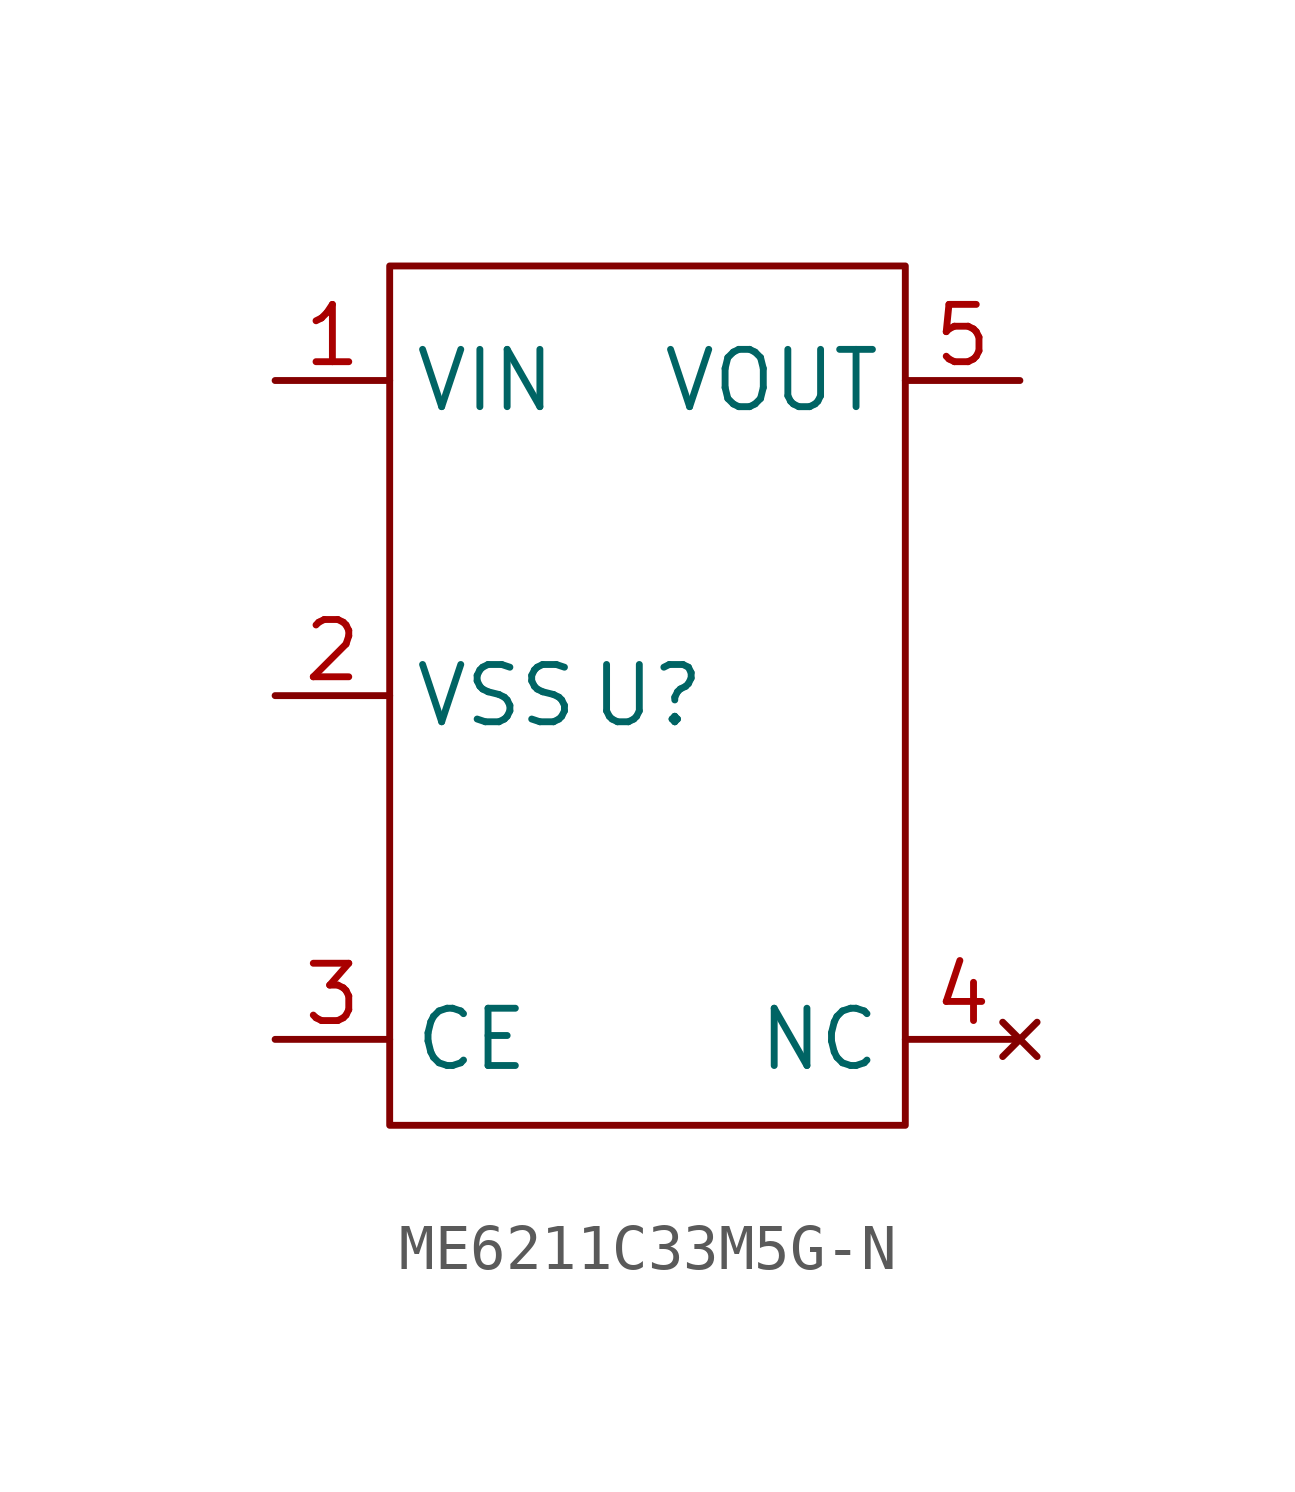
<source format=kicad_sym>
(kicad_symbol_lib
  (version 20220914)
  (generator kicad_symbol_editor)
  (symbol "ME6211C33M5G-N"
    (property "Reference" "U"
      (at 0 0 0)
      (effects (font (size 1.27 1.27))))
    (property "Value" ""
      (at 0 0 0)
      (effects (font (size 1.27 1.27))))
    (symbol "ME6211C33M5G-N_0_1"
      (rectangle (start -5.715 9.525) (end 5.715 -9.525) (stroke (width 0) (type default)) (fill (type none))))
    (symbol "ME6211C33M5G-N_1_1"
      (pin power_in line (at -8.255 6.985 0) (length 2.54) (name "VIN" (effects (font (size 1.27 1.27)))) (number "1" (effects (font (size 1.27 1.27)))))
      (pin power_in line (at -8.255 0 0) (length 2.54) (name "VSS" (effects (font (size 1.27 1.27)))) (number "2" (effects (font (size 1.27 1.27)))))
      (pin input line (at -8.255 -7.62 0) (length 2.54) (name "CE" (effects (font (size 1.27 1.27)))) (number "3" (effects (font (size 1.27 1.27)))))
      (pin no_connect line (at 8.255 -7.62 180) (length 2.54) (name "NC" (effects (font (size 1.27 1.27)))) (number "4" (effects (font (size 1.27 1.27)))))
      (pin power_out line (at 8.255 6.985 180) (length 2.54) (name "VOUT" (effects (font (size 1.27 1.27)))) (number "5" (effects (font (size 1.27 1.27))))))))
</source>
